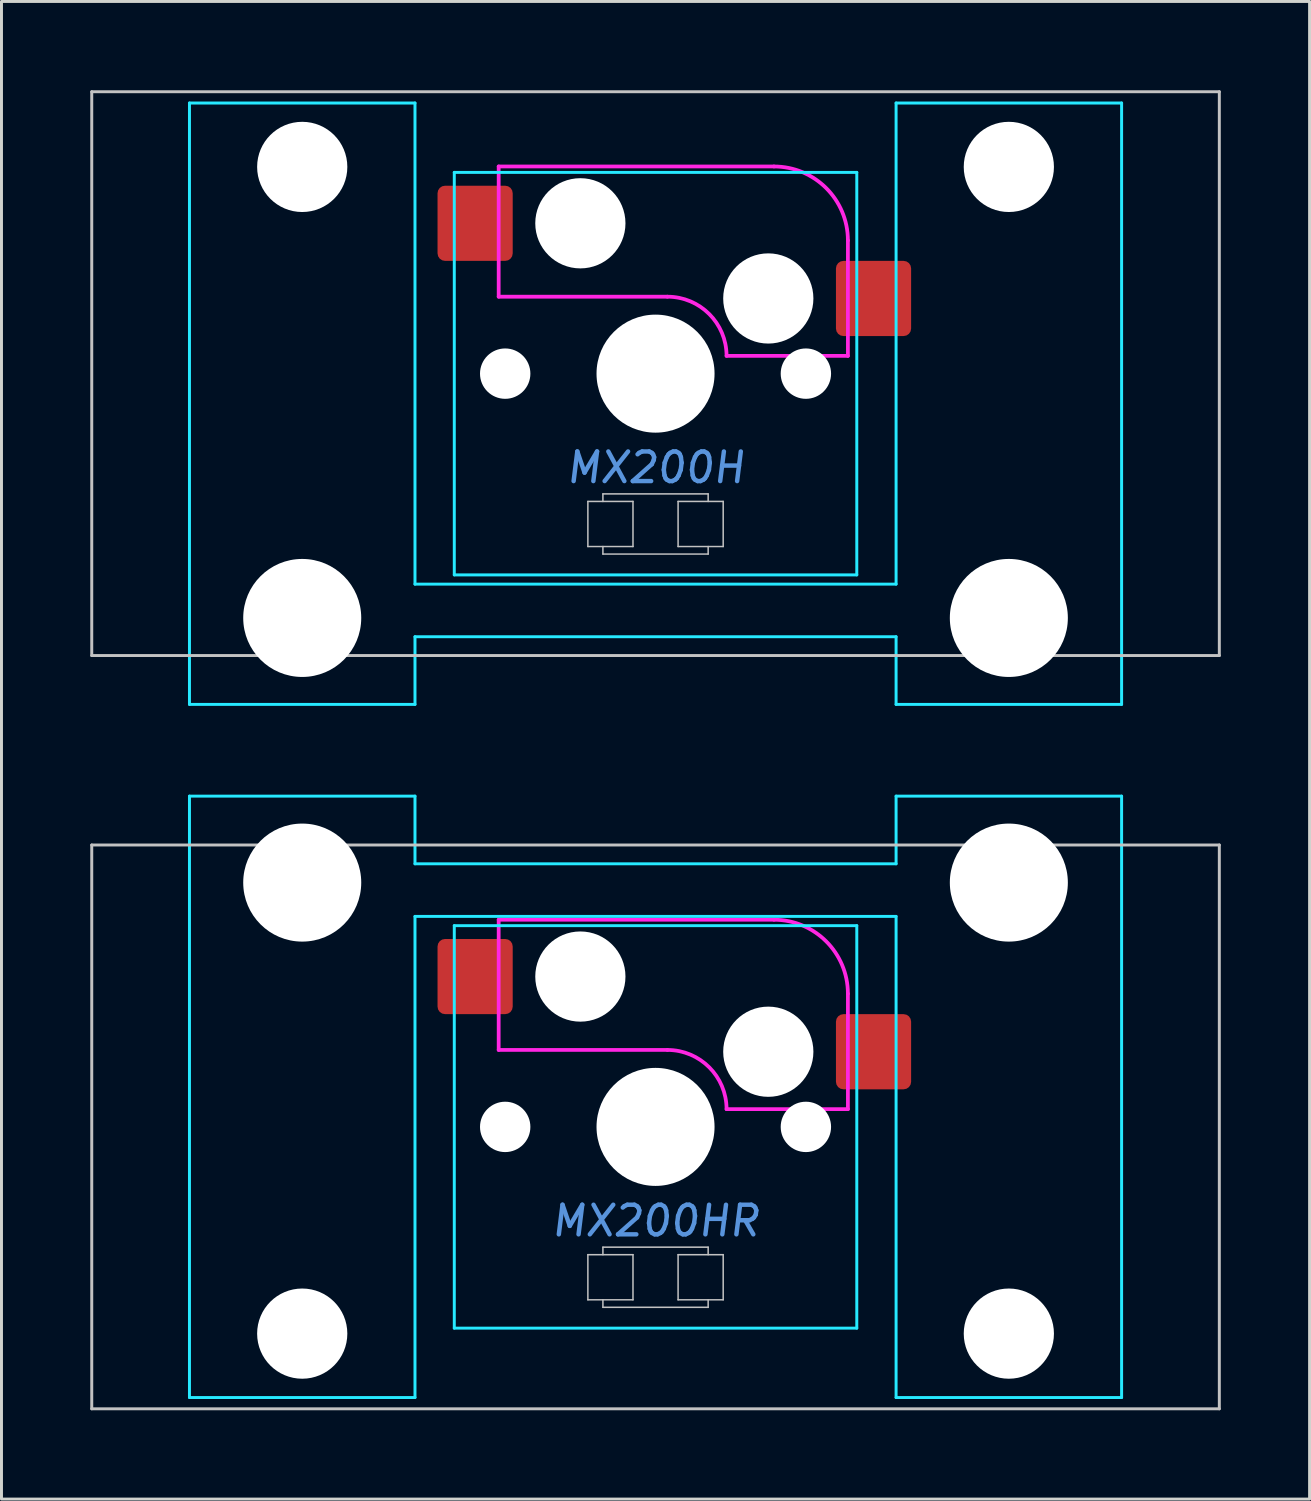
<source format=kicad_pcb>
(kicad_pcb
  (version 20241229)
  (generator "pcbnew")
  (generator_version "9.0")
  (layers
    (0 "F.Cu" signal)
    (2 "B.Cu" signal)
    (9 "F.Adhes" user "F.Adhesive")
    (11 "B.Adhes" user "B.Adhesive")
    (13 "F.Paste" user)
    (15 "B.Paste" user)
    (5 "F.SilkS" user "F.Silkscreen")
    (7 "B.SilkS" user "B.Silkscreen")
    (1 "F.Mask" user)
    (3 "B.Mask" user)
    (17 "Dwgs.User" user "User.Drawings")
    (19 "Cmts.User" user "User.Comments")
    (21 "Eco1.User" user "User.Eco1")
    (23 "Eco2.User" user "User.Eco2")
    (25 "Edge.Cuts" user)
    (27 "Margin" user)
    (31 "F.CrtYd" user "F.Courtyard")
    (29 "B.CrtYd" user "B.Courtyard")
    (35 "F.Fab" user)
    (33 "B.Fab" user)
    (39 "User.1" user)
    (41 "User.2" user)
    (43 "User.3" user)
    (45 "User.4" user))
  (footprint "MX200HR"
    (layer "F.Cu")
    (at 19.1 35.027)
    (property "Reference" "MX200HR" (at 0 3.175 0) (layer "Cmts.User") (effects (font (size 1 1) (thickness 0.15) (italic yes))))
    (attr smd)
    (fp_line (start -19.05 -9.525) (end -19.05 9.525) (stroke (width 0.1) (type solid)) (layer "Dwgs.User"))
    (fp_line (start -19.05 -9.525) (end 19.05 -9.525) (stroke (width 0.1) (type solid)) (layer "Dwgs.User"))
    (fp_line (start -19.05 9.525) (end 19.05 9.525) (stroke (width 0.1) (type solid)) (layer "Dwgs.User"))
    (fp_line (start -2.286 4.318) (end -0.762 4.318) (stroke (width 0.051) (type solid)) (layer "Dwgs.User"))
    (fp_line (start -2.286 5.842) (end -2.286 4.318) (stroke (width 0.051) (type solid)) (layer "Dwgs.User"))
    (fp_line (start -1.778 4.064) (end 1.778 4.064) (stroke (width 0.051) (type solid)) (layer "Dwgs.User"))
    (fp_line (start -1.778 4.318) (end -1.778 4.064) (stroke (width 0.051) (type solid)) (layer "Dwgs.User"))
    (fp_line (start -1.778 6.096) (end -1.778 5.842) (stroke (width 0.051) (type solid)) (layer "Dwgs.User"))
    (fp_line (start -0.762 4.318) (end -0.762 5.842) (stroke (width 0.051) (type solid)) (layer "Dwgs.User"))
    (fp_line (start -0.762 5.842) (end -2.286 5.842) (stroke (width 0.051) (type solid)) (layer "Dwgs.User"))
    (fp_line (start 0.762 4.318) (end 2.286 4.318) (stroke (width 0.051) (type solid)) (layer "Dwgs.User"))
    (fp_line (start 0.762 5.842) (end 0.762 4.318) (stroke (width 0.051) (type solid)) (layer "Dwgs.User"))
    (fp_line (start 1.778 4.064) (end 1.778 4.318) (stroke (width 0.051) (type solid)) (layer "Dwgs.User"))
    (fp_line (start 1.778 5.842) (end 1.778 6.096) (stroke (width 0.051) (type solid)) (layer "Dwgs.User"))
    (fp_line (start 1.778 6.096) (end -1.778 6.096) (stroke (width 0.051) (type solid)) (layer "Dwgs.User"))
    (fp_line (start 2.286 4.318) (end 2.286 5.842) (stroke (width 0.051) (type solid)) (layer "Dwgs.User"))
    (fp_line (start 2.286 5.842) (end 0.762 5.842) (stroke (width 0.051) (type solid)) (layer "Dwgs.User"))
    (fp_line (start 19.05 -9.525) (end 19.05 9.525) (stroke (width 0.1) (type solid)) (layer "Dwgs.User"))
    (fp_line (start -15.438 -8.515) (end -15.438 5.485) (stroke (width 0.1) (type solid)) (layer "Eco1.User"))
    (fp_line (start -14.938 -9.015) (end -8.938 -9.015) (stroke (width 0.1) (type solid)) (layer "Eco1.User"))
    (fp_line (start -8.938 5.985) (end -14.938 5.985) (stroke (width 0.1) (type solid)) (layer "Eco1.User"))
    (fp_line (start -8.438 5.485) (end -8.438 -8.515) (stroke (width 0.1) (type solid)) (layer "Eco1.User"))
    (fp_line (start -7 -6.5) (end -7 6.5) (stroke (width 0.1) (type solid)) (layer "Eco1.User"))
    (fp_line (start -6.5 7) (end 6.5 7) (stroke (width 0.1) (type solid)) (layer "Eco1.User"))
    (fp_line (start 6.5 -7) (end -6.5 -7) (stroke (width 0.1) (type solid)) (layer "Eco1.User"))
    (fp_line (start 7 6.5) (end 7 -6.5) (stroke (width 0.1) (type solid)) (layer "Eco1.User"))
    (fp_line (start 8.438 -8.515) (end 8.438 5.485) (stroke (width 0.1) (type solid)) (layer "Eco1.User"))
    (fp_line (start 8.938 -9.015) (end 14.938 -9.015) (stroke (width 0.1) (type solid)) (layer "Eco1.User"))
    (fp_line (start 14.938 5.985) (end 8.938 5.985) (stroke (width 0.1) (type solid)) (layer "Eco1.User"))
    (fp_line (start 15.438 5.485) (end 15.438 -8.515) (stroke (width 0.1) (type solid)) (layer "Eco1.User"))
    (fp_arc (start -15.438 -8.515) (mid -15.291553 -8.868553) (end -14.938 -9.015) (stroke (width 0.1) (type solid)) (layer "Eco1.User"))
    (fp_arc (start -14.938 5.985) (mid -15.291553 5.838553) (end -15.438 5.485) (stroke (width 0.1) (type solid)) (layer "Eco1.User"))
    (fp_arc (start -8.938 -9.015) (mid -8.584447 -8.868553) (end -8.438 -8.515) (stroke (width 0.1) (type solid)) (layer "Eco1.User"))
    (fp_arc (start -8.438 5.485) (mid -8.584447 5.838553) (end -8.938 5.985) (stroke (width 0.1) (type solid)) (layer "Eco1.User"))
    (fp_arc (start -7 -6.5) (mid -6.853553 -6.853553) (end -6.5 -7) (stroke (width 0.1) (type solid)) (layer "Eco1.User"))
    (fp_arc (start -6.5 7) (mid -6.853553 6.853553) (end -7 6.5) (stroke (width 0.1) (type solid)) (layer "Eco1.User"))
    (fp_arc (start 6.5 -7) (mid 6.853553 -6.853553) (end 7 -6.5) (stroke (width 0.1) (type solid)) (layer "Eco1.User"))
    (fp_arc (start 7 6.5) (mid 6.853553 6.853553) (end 6.5 7) (stroke (width 0.1) (type solid)) (layer "Eco1.User"))
    (fp_arc (start 8.438 -8.515) (mid 8.584447 -8.868553) (end 8.938 -9.015) (stroke (width 0.1) (type solid)) (layer "Eco1.User"))
    (fp_arc (start 8.938 5.985) (mid 8.584447 5.838553) (end 8.438 5.485) (stroke (width 0.1) (type solid)) (layer "Eco1.User"))
    (fp_arc (start 14.938 -9.015) (mid 15.291553 -8.868553) (end 15.438 -8.515) (stroke (width 0.1) (type solid)) (layer "Eco1.User"))
    (fp_arc (start 15.438 5.485) (mid 15.291553 5.838553) (end 14.938 5.985) (stroke (width 0.1) (type solid)) (layer "Eco1.User"))
    (fp_line (start -15.748 -11.176) (end -15.748 9.144) (stroke (width 0.1) (type solid)) (layer "B.CrtYd"))
    (fp_line (start -15.748 9.144) (end -8.128 9.144) (stroke (width 0.1) (type solid)) (layer "B.CrtYd"))
    (fp_line (start -8.128 -11.176) (end -15.748 -11.176) (stroke (width 0.1) (type solid)) (layer "B.CrtYd"))
    (fp_line (start -8.128 -8.89) (end -8.128 -11.176) (stroke (width 0.1) (type solid)) (layer "B.CrtYd"))
    (fp_line (start -8.128 -7.112) (end -8.128 9.142) (stroke (width 0.1) (type solid)) (layer "B.CrtYd"))
    (fp_line (start -6.8 -6.8) (end -6.8 6.8) (stroke (width 0.1) (type solid)) (layer "B.CrtYd"))
    (fp_line (start 6.8 -6.8) (end -6.8 -6.8) (stroke (width 0.1) (type solid)) (layer "B.CrtYd"))
    (fp_line (start 6.8 -6.8) (end 6.8 6.8) (stroke (width 0.1) (type solid)) (layer "B.CrtYd"))
    (fp_line (start 6.8 6.8) (end -6.8 6.8) (stroke (width 0.1) (type solid)) (layer "B.CrtYd"))
    (fp_line (start 8.128 -8.89) (end -8.128 -8.89) (stroke (width 0.1) (type solid)) (layer "B.CrtYd"))
    (fp_line (start 8.128 -8.89) (end 8.128 -11.176) (stroke (width 0.1) (type solid)) (layer "B.CrtYd"))
    (fp_line (start 8.128 -7.112) (end -8.128 -7.112) (stroke (width 0.1) (type solid)) (layer "B.CrtYd"))
    (fp_line (start 8.128 -7.112) (end 8.128 9.144) (stroke (width 0.1) (type solid)) (layer "B.CrtYd"))
    (fp_line (start 8.128 9.144) (end 15.748 9.144) (stroke (width 0.1) (type solid)) (layer "B.CrtYd"))
    (fp_line (start 15.748 -11.176) (end 8.128 -11.176) (stroke (width 0.1) (type solid)) (layer "B.CrtYd"))
    (fp_line (start 15.748 9.144) (end 15.748 -11.176) (stroke (width 0.1) (type solid)) (layer "B.CrtYd"))
    (fp_line (start -5.3 -7) (end -5.3 -2.6) (stroke (width 0.127) (type solid)) (layer "F.CrtYd"))
    (fp_line (start -5.3 -7) (end 4 -7) (stroke (width 0.127) (type solid)) (layer "F.CrtYd"))
    (fp_line (start 0.4 -2.6) (end -5.3 -2.6) (stroke (width 0.127) (type solid)) (layer "F.CrtYd"))
    (fp_line (start 6.5 -4.5) (end 6.5 -0.6) (stroke (width 0.127) (type solid)) (layer "F.CrtYd"))
    (fp_line (start 6.5 -0.6) (end 2.4 -0.6) (stroke (width 0.127) (type solid)) (layer "F.CrtYd"))
    (fp_arc (start 0.4 -2.6) (mid 1.814214 -2.014214) (end 2.4 -0.6) (stroke (width 0.127) (type solid)) (layer "F.CrtYd"))
    (fp_arc (start 4 -7) (mid 5.767767 -6.267767) (end 6.5 -4.5) (stroke (width 0.127) (type solid)) (layer "F.CrtYd"))
    (pad "" np_thru_hole circle (at -11.938 -8.255 180) (size 3.988 3.988) (drill 3.988) (layers "*.Cu" "*.Mask"))
    (pad "" np_thru_hole circle (at -11.938 6.985 180) (size 3.048 3.048) (drill 3.048) (layers "*.Cu" "*.Mask"))
    (pad "" np_thru_hole circle (at -5.08 0) (size 1.702 1.702) (drill 1.702) (layers "*.Cu" "*.Mask"))
    (pad "" np_thru_hole circle (at -2.54 -5.08) (size 3.048 3.048) (drill 3.048) (layers "*.Cu" "*.Mask"))
    (pad "" np_thru_hole circle (at 0 0) (size 3.988 3.988) (drill 3.988) (layers "*.Cu" "*.Mask"))
    (pad "" np_thru_hole circle (at 3.81 -2.54) (size 3.048 3.048) (drill 3.048) (layers "*.Cu" "*.Mask"))
    (pad "" np_thru_hole circle (at 5.08 0) (size 1.702 1.702) (drill 1.702) (layers "*.Cu" "*.Mask"))
    (pad "" np_thru_hole circle (at 11.938 -8.255 180) (size 3.988 3.988) (drill 3.988) (layers "*.Cu" "*.Mask"))
    (pad "" np_thru_hole circle (at 11.938 6.985 180) (size 3.048 3.048) (drill 3.048) (layers "*.Cu" "*.Mask"))
    (pad "1" smd roundrect (at -6.096 -5.08) (size 2.54 2.54) (layers "F.Cu" "F.Mask") (roundrect_rratio 0.1))
    (pad "2" smd roundrect (at 7.366 -2.54) (size 2.54 2.54) (layers "F.Cu" "F.Mask") (roundrect_rratio 0.1)))
  (footprint "MX200H"
    (layer "F.Cu")
    (at 19.1 9.575)
    (property "Reference" "MX200H" (at 0 3.175 0) (layer "Cmts.User") (effects (font (size 1 1) (thickness 0.15) (italic yes))))
    (attr smd)
    (fp_line (start -19.05 -9.525) (end -19.05 9.525) (stroke (width 0.1) (type solid)) (layer "Dwgs.User"))
    (fp_line (start -19.05 -9.525) (end 19.05 -9.525) (stroke (width 0.1) (type solid)) (layer "Dwgs.User"))
    (fp_line (start -19.05 9.525) (end 19.05 9.525) (stroke (width 0.1) (type solid)) (layer "Dwgs.User"))
    (fp_line (start -2.286 4.318) (end -0.762 4.318) (stroke (width 0.051) (type solid)) (layer "Dwgs.User"))
    (fp_line (start -2.286 5.842) (end -2.286 4.318) (stroke (width 0.051) (type solid)) (layer "Dwgs.User"))
    (fp_line (start -1.778 4.064) (end 1.778 4.064) (stroke (width 0.051) (type solid)) (layer "Dwgs.User"))
    (fp_line (start -1.778 4.318) (end -1.778 4.064) (stroke (width 0.051) (type solid)) (layer "Dwgs.User"))
    (fp_line (start -1.778 6.096) (end -1.778 5.842) (stroke (width 0.051) (type solid)) (layer "Dwgs.User"))
    (fp_line (start -0.762 4.318) (end -0.762 5.842) (stroke (width 0.051) (type solid)) (layer "Dwgs.User"))
    (fp_line (start -0.762 5.842) (end -2.286 5.842) (stroke (width 0.051) (type solid)) (layer "Dwgs.User"))
    (fp_line (start 0.762 4.318) (end 2.286 4.318) (stroke (width 0.051) (type solid)) (layer "Dwgs.User"))
    (fp_line (start 0.762 5.842) (end 0.762 4.318) (stroke (width 0.051) (type solid)) (layer "Dwgs.User"))
    (fp_line (start 1.778 4.064) (end 1.778 4.318) (stroke (width 0.051) (type solid)) (layer "Dwgs.User"))
    (fp_line (start 1.778 5.842) (end 1.778 6.096) (stroke (width 0.051) (type solid)) (layer "Dwgs.User"))
    (fp_line (start 1.778 6.096) (end -1.778 6.096) (stroke (width 0.051) (type solid)) (layer "Dwgs.User"))
    (fp_line (start 2.286 4.318) (end 2.286 5.842) (stroke (width 0.051) (type solid)) (layer "Dwgs.User"))
    (fp_line (start 2.286 5.842) (end 0.762 5.842) (stroke (width 0.051) (type solid)) (layer "Dwgs.User"))
    (fp_line (start 19.05 -9.525) (end 19.05 9.525) (stroke (width 0.1) (type solid)) (layer "Dwgs.User"))
    (fp_line (start -15.438 -5.485) (end -15.438 8.515) (stroke (width 0.1) (type solid)) (layer "Eco1.User"))
    (fp_line (start -14.938 -5.985) (end -8.938 -5.985) (stroke (width 0.1) (type solid)) (layer "Eco1.User"))
    (fp_line (start -8.938 9.015) (end -14.938 9.015) (stroke (width 0.1) (type solid)) (layer "Eco1.User"))
    (fp_line (start -8.438 8.515) (end -8.438 -5.485) (stroke (width 0.1) (type solid)) (layer "Eco1.User"))
    (fp_line (start -7 -6.5) (end -7 6.5) (stroke (width 0.1) (type solid)) (layer "Eco1.User"))
    (fp_line (start -6.5 7) (end 6.5 7) (stroke (width 0.1) (type solid)) (layer "Eco1.User"))
    (fp_line (start 6.5 -7) (end -6.5 -7) (stroke (width 0.1) (type solid)) (layer "Eco1.User"))
    (fp_line (start 7 6.5) (end 7 -6.5) (stroke (width 0.1) (type solid)) (layer "Eco1.User"))
    (fp_line (start 8.438 -5.485) (end 8.438 8.515) (stroke (width 0.1) (type solid)) (layer "Eco1.User"))
    (fp_line (start 8.938 -5.985) (end 14.938 -5.985) (stroke (width 0.1) (type solid)) (layer "Eco1.User"))
    (fp_line (start 14.938 9.015) (end 8.938 9.015) (stroke (width 0.1) (type solid)) (layer "Eco1.User"))
    (fp_line (start 15.438 8.515) (end 15.438 -5.485) (stroke (width 0.1) (type solid)) (layer "Eco1.User"))
    (fp_arc (start -15.438 -5.485) (mid -15.291553 -5.838553) (end -14.938 -5.985) (stroke (width 0.1) (type solid)) (layer "Eco1.User"))
    (fp_arc (start -14.938 9.015) (mid -15.291553 8.868553) (end -15.438 8.515) (stroke (width 0.1) (type solid)) (layer "Eco1.User"))
    (fp_arc (start -8.938 -5.985) (mid -8.584447 -5.838553) (end -8.438 -5.485) (stroke (width 0.1) (type solid)) (layer "Eco1.User"))
    (fp_arc (start -8.438 8.515) (mid -8.584447 8.868553) (end -8.938 9.015) (stroke (width 0.1) (type solid)) (layer "Eco1.User"))
    (fp_arc (start -7 -6.5) (mid -6.853553 -6.853553) (end -6.5 -7) (stroke (width 0.1) (type solid)) (layer "Eco1.User"))
    (fp_arc (start -6.5 7) (mid -6.853553 6.853553) (end -7 6.5) (stroke (width 0.1) (type solid)) (layer "Eco1.User"))
    (fp_arc (start 6.5 -7) (mid 6.853553 -6.853553) (end 7 -6.5) (stroke (width 0.1) (type solid)) (layer "Eco1.User"))
    (fp_arc (start 7 6.5) (mid 6.853553 6.853553) (end 6.5 7) (stroke (width 0.1) (type solid)) (layer "Eco1.User"))
    (fp_arc (start 8.438 -5.485) (mid 8.584447 -5.838553) (end 8.938 -5.985) (stroke (width 0.1) (type solid)) (layer "Eco1.User"))
    (fp_arc (start 8.938 9.015) (mid 8.584447 8.868553) (end 8.438 8.515) (stroke (width 0.1) (type solid)) (layer "Eco1.User"))
    (fp_arc (start 14.938 -5.985) (mid 15.291553 -5.838553) (end 15.438 -5.485) (stroke (width 0.1) (type solid)) (layer "Eco1.User"))
    (fp_arc (start 15.438 8.515) (mid 15.291553 8.868553) (end 14.938 9.015) (stroke (width 0.1) (type solid)) (layer "Eco1.User"))
    (fp_line (start -15.748 -9.144) (end -15.748 11.176) (stroke (width 0.1) (type solid)) (layer "B.CrtYd"))
    (fp_line (start -15.748 11.176) (end -8.128 11.176) (stroke (width 0.1) (type solid)) (layer "B.CrtYd"))
    (fp_line (start -8.128 -9.144) (end -15.748 -9.144) (stroke (width 0.1) (type solid)) (layer "B.CrtYd"))
    (fp_line (start -8.128 7.112) (end -8.128 -9.144) (stroke (width 0.1) (type solid)) (layer "B.CrtYd"))
    (fp_line (start -8.128 7.112) (end 8.128 7.112) (stroke (width 0.1) (type solid)) (layer "B.CrtYd"))
    (fp_line (start -8.128 8.89) (end -8.128 11.176) (stroke (width 0.1) (type solid)) (layer "B.CrtYd"))
    (fp_line (start -8.128 8.89) (end 8.128 8.89) (stroke (width 0.1) (type solid)) (layer "B.CrtYd"))
    (fp_line (start -6.8 -6.8) (end -6.8 6.8) (stroke (width 0.1) (type solid)) (layer "B.CrtYd"))
    (fp_line (start 6.8 -6.8) (end -6.8 -6.8) (stroke (width 0.1) (type solid)) (layer "B.CrtYd"))
    (fp_line (start 6.8 -6.8) (end 6.8 6.8) (stroke (width 0.1) (type solid)) (layer "B.CrtYd"))
    (fp_line (start 6.8 6.8) (end -6.8 6.8) (stroke (width 0.1) (type solid)) (layer "B.CrtYd"))
    (fp_line (start 8.128 7.112) (end 8.128 -9.144) (stroke (width 0.1) (type solid)) (layer "B.CrtYd"))
    (fp_line (start 8.128 8.89) (end 8.128 11.176) (stroke (width 0.1) (type solid)) (layer "B.CrtYd"))
    (fp_line (start 8.128 11.176) (end 15.748 11.176) (stroke (width 0.1) (type solid)) (layer "B.CrtYd"))
    (fp_line (start 15.748 -9.144) (end 8.128 -9.144) (stroke (width 0.1) (type solid)) (layer "B.CrtYd"))
    (fp_line (start 15.748 11.176) (end 15.748 -9.144) (stroke (width 0.1) (type solid)) (layer "B.CrtYd"))
    (fp_line (start -5.3 -7) (end -5.3 -2.6) (stroke (width 0.127) (type solid)) (layer "F.CrtYd"))
    (fp_line (start -5.3 -7) (end 4 -7) (stroke (width 0.127) (type solid)) (layer "F.CrtYd"))
    (fp_line (start 0.4 -2.6) (end -5.3 -2.6) (stroke (width 0.127) (type solid)) (layer "F.CrtYd"))
    (fp_line (start 6.5 -4.5) (end 6.5 -0.6) (stroke (width 0.127) (type solid)) (layer "F.CrtYd"))
    (fp_line (start 6.5 -0.6) (end 2.4 -0.6) (stroke (width 0.127) (type solid)) (layer "F.CrtYd"))
    (fp_arc (start 0.4 -2.6) (mid 1.814214 -2.014214) (end 2.4 -0.6) (stroke (width 0.127) (type solid)) (layer "F.CrtYd"))
    (fp_arc (start 4 -7) (mid 5.767767 -6.267767) (end 6.5 -4.5) (stroke (width 0.127) (type solid)) (layer "F.CrtYd"))
    (pad "" np_thru_hole circle (at -11.938 -6.985) (size 3.048 3.048) (drill 3.048) (layers "*.Cu" "*.Mask"))
    (pad "" np_thru_hole circle (at -11.938 8.255) (size 3.988 3.988) (drill 3.988) (layers "*.Cu" "*.Mask"))
    (pad "" np_thru_hole circle (at -5.08 0) (size 1.702 1.702) (drill 1.702) (layers "*.Cu" "*.Mask"))
    (pad "" np_thru_hole circle (at -2.54 -5.08) (size 3.048 3.048) (drill 3.048) (layers "*.Cu" "*.Mask"))
    (pad "" np_thru_hole circle (at 0 0) (size 3.988 3.988) (drill 3.988) (layers "*.Cu" "*.Mask"))
    (pad "" np_thru_hole circle (at 3.81 -2.54) (size 3.048 3.048) (drill 3.048) (layers "*.Cu" "*.Mask"))
    (pad "" np_thru_hole circle (at 5.08 0) (size 1.702 1.702) (drill 1.702) (layers "*.Cu" "*.Mask"))
    (pad "" np_thru_hole circle (at 11.938 -6.985) (size 3.048 3.048) (drill 3.048) (layers "*.Cu" "*.Mask"))
    (pad "" np_thru_hole circle (at 11.938 8.255) (size 3.988 3.988) (drill 3.988) (layers "*.Cu" "*.Mask"))
    (pad "1" smd roundrect (at -6.096 -5.08) (size 2.54 2.54) (layers "F.Cu" "F.Mask") (roundrect_rratio 0.1))
    (pad "2" smd roundrect (at 7.366 -2.54) (size 2.54 2.54) (layers "F.Cu" "F.Mask") (roundrect_rratio 0.1)))
  (gr_rect
    (start -3 -3)
    (end 41.2 47.602)
    (stroke (width 0.1) (type default))
    (fill no)
    (layer "Edge.Cuts")))
</source>
